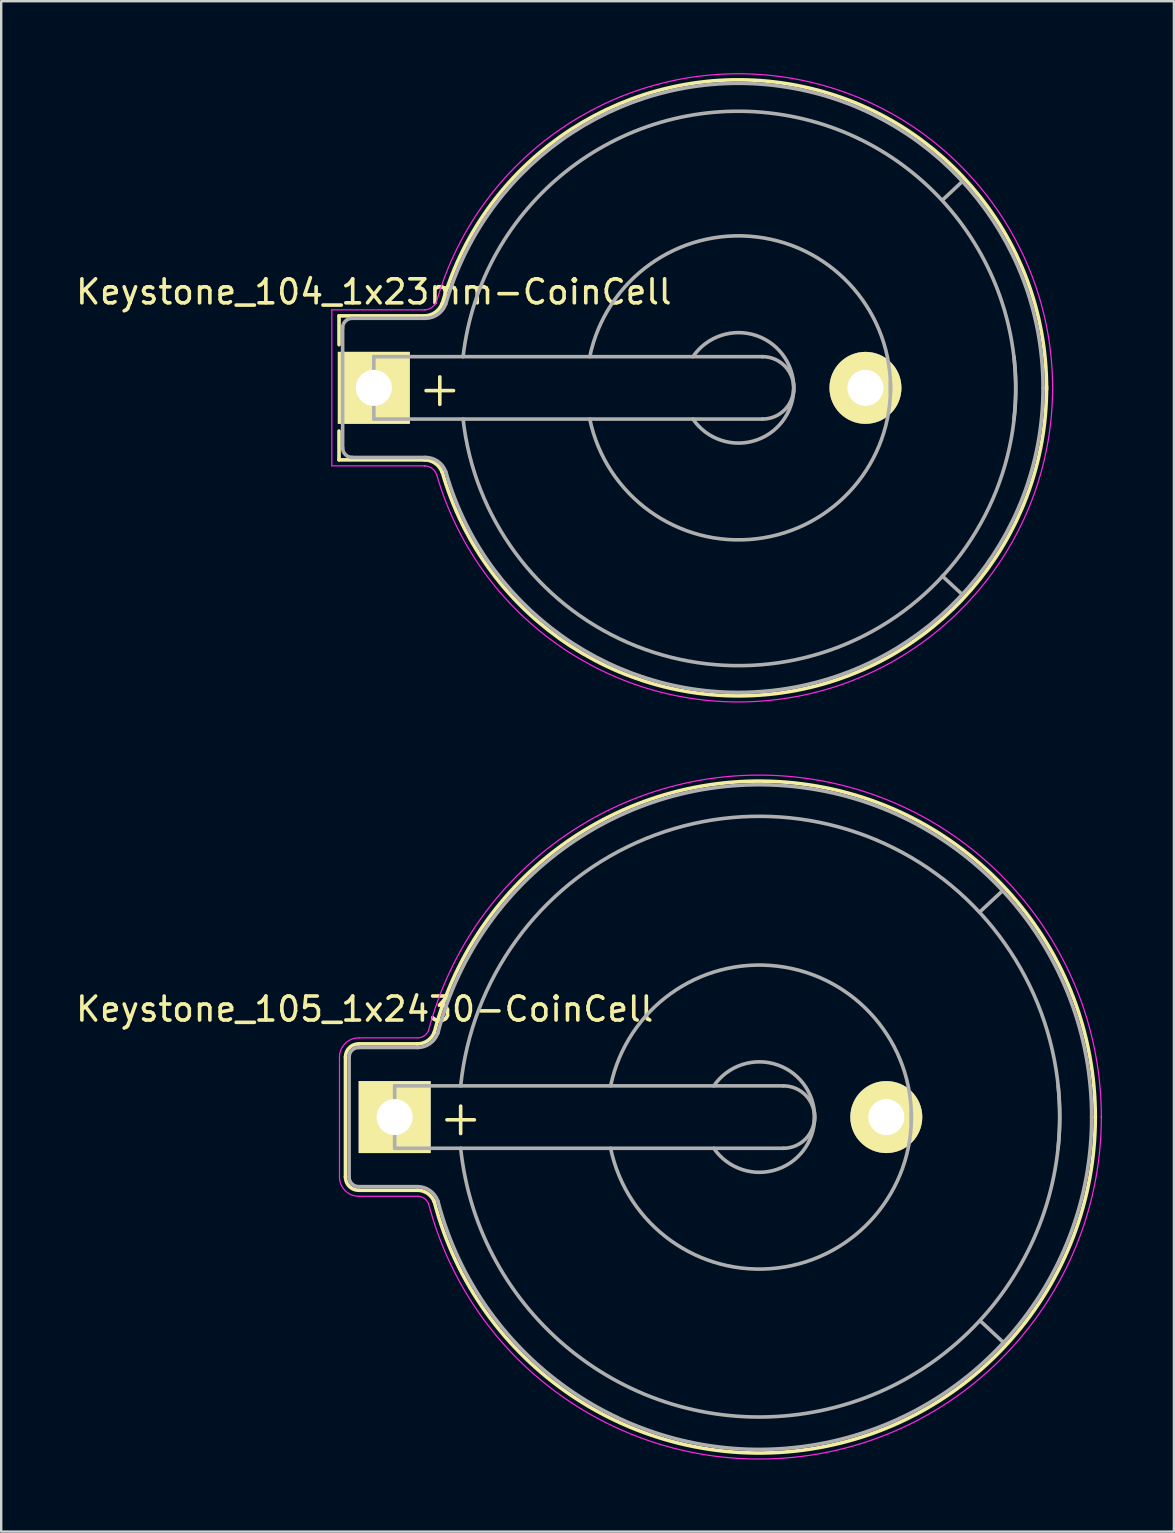
<source format=kicad_pcb>
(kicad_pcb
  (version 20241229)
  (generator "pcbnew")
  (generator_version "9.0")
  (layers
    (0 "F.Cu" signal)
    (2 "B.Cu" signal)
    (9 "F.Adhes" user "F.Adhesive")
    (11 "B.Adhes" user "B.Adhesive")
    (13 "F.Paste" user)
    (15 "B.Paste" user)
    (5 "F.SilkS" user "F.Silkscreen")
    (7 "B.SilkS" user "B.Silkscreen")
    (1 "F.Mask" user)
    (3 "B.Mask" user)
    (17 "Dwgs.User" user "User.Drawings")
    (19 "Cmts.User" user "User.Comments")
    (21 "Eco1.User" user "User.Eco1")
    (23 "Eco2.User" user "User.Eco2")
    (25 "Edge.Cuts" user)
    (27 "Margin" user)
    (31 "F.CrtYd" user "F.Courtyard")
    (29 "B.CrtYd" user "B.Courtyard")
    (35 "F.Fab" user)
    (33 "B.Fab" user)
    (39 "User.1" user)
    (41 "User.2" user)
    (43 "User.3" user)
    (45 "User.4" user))
  (footprint "Keystone_104_1x23mm-CoinCell"
    (layer "F.Cu")
    (at 12.53 13.115)
    (property "Reference" "Keystone_104_1x23mm-CoinCell" (at 0 -4 0) (layer "F.SilkS") (effects (font (size 1 1) (thickness 0.15))))
    (attr through_hole)
    (fp_line (start -1.45 -3) (end 2.15 -3) (stroke (width 0.15) (type solid)) (layer "F.SilkS"))
    (fp_line (start -1.45 -1.8) (end -1.45 -3) (stroke (width 0.15) (type solid)) (layer "F.SilkS"))
    (fp_line (start -1.45 1.8) (end -1.45 3) (stroke (width 0.15) (type solid)) (layer "F.SilkS"))
    (fp_line (start -1.45 3) (end 2.15 3) (stroke (width 0.15) (type solid)) (layer "F.SilkS"))
    (fp_arc (start 2.1 3) (mid 2.558861 3.144678) (end 2.851754 3.526384) (stroke (width 0.15) (type solid)) (layer "F.SilkS"))
    (fp_arc (start 2.85 -3.5) (mid 17.002622 -12.709172) (end 28.03617 0.072313) (stroke (width 0.15) (type solid)) (layer "F.SilkS"))
    (fp_arc (start 2.851754 -3.526384) (mid 2.558861 -3.144678) (end 2.1 -3) (stroke (width 0.15) (type solid)) (layer "F.SilkS"))
    (fp_arc (start 28.03617 -0.072313) (mid 17.002622 12.709172) (end 2.85 3.5) (stroke (width 0.15) (type solid)) (layer "F.SilkS"))
    (fp_line (start -1.75 -3.25) (end 2.15 -3.25) (stroke (width 0.05) (type solid)) (layer "F.CrtYd"))
    (fp_line (start -1.75 3.25) (end -1.75 -3.25) (stroke (width 0.05) (type solid)) (layer "F.CrtYd"))
    (fp_line (start -1.75 3.25) (end 2.15 3.25) (stroke (width 0.05) (type solid)) (layer "F.CrtYd"))
    (fp_arc (start 2.1 3.25) (mid 2.415467 3.349466) (end 2.616831 3.611889) (stroke (width 0.05) (type solid)) (layer "F.CrtYd"))
    (fp_arc (start 2.615 -3.6) (mid 17.013472 -12.963547) (end 28.289773 -0.008354) (stroke (width 0.05) (type solid)) (layer "F.CrtYd"))
    (fp_arc (start 2.616831 -3.611889) (mid 2.415467 -3.349466) (end 2.1 -3.25) (stroke (width 0.05) (type solid)) (layer "F.CrtYd"))
    (fp_arc (start 28.289773 0.008354) (mid 17.013472 12.963547) (end 2.615 3.6) (stroke (width 0.05) (type solid)) (layer "F.CrtYd"))
    (fp_line (start -1.3 -2.5) (end -1.3 2.5) (stroke (width 0.15) (type solid)) (layer "F.Fab"))
    (fp_line (start -0.9 2.9) (end 2.15 2.9) (stroke (width 0.15) (type solid)) (layer "F.Fab"))
    (fp_line (start 0 -1.3) (end 0 1.3) (stroke (width 0.15) (type solid)) (layer "F.Fab"))
    (fp_line (start 0 1.3) (end 16.2 1.3) (stroke (width 0.15) (type solid)) (layer "F.Fab"))
    (fp_line (start 2.15 -2.9) (end -0.9 -2.9) (stroke (width 0.15) (type solid)) (layer "F.Fab"))
    (fp_line (start 16.2 -1.3) (end 0 -1.3) (stroke (width 0.15) (type solid)) (layer "F.Fab"))
    (fp_line (start 23.698 7.849) (end 24.526 8.613) (stroke (width 0.15) (type solid)) (layer "F.Fab"))
    (fp_line (start 23.724 -7.849) (end 24.526 -8.601) (stroke (width 0.15) (type solid)) (layer "F.Fab"))
    (fp_arc (start -1.3 -2.5) (mid -1.182843 -2.782843) (end -0.9 -2.9) (stroke (width 0.15) (type solid)) (layer "F.Fab"))
    (fp_arc (start -0.9 2.9) (mid -1.182843 2.782843) (end -1.3 2.5) (stroke (width 0.15) (type solid)) (layer "F.Fab"))
    (fp_arc (start 2.15 2.9) (mid 2.666219 3.062763) (end 2.995723 3.492182) (stroke (width 0.15) (type solid)) (layer "F.Fab"))
    (fp_arc (start 2.995723 -3.492182) (mid 2.666219 -3.062763) (end 2.15 -2.9) (stroke (width 0.15) (type solid)) (layer "F.Fab"))
    (fp_arc (start 3 -3.5) (mid 16.968026 -12.568376) (end 27.892123 0.00164) (stroke (width 0.15) (type solid)) (layer "F.Fab"))
    (fp_arc (start 3.72 -1.3) (mid 16.5 -11.48) (end 26.68 1.3) (stroke (width 0.15) (type solid)) (layer "F.Fab"))
    (fp_arc (start 9 -1.3) (mid 15.954687 -6.28971) (end 21.531551 0.203631) (stroke (width 0.15) (type solid)) (layer "F.Fab"))
    (fp_arc (start 13.3 -1.3) (mid 15.963947 -2.171724) (end 17.495448 0.175833) (stroke (width 0.15) (type solid)) (layer "F.Fab"))
    (fp_arc (start 16.2 -1.3) (mid 17.5 0) (end 16.2 1.3) (stroke (width 0.15) (type solid)) (layer "F.Fab"))
    (fp_arc (start 17.495448 -0.175833) (mid 15.963947 2.171724) (end 13.3 1.3) (stroke (width 0.15) (type solid)) (layer "F.Fab"))
    (fp_arc (start 21.531551 -0.203631) (mid 15.954687 6.28971) (end 9 1.3) (stroke (width 0.15) (type solid)) (layer "F.Fab"))
    (fp_arc (start 26.68 -1.3) (mid 16.5 11.48) (end 3.72 1.3) (stroke (width 0.15) (type solid)) (layer "F.Fab"))
    (fp_arc (start 27.892123 -0.00164) (mid 16.968026 12.568376) (end 3 3.5) (stroke (width 0.15) (type solid)) (layer "F.Fab"))
    (fp_text user "+" (at 2.75 0 0) (layer "F.SilkS") (effects (font (size 1.5 1.5) (thickness 0.15))))
    (pad "1" thru_hole rect (at 0 0) (size 3 3) (drill 1.5) (layers "*.Cu" "*.Mask" "F.SilkS"))
    (pad "2" thru_hole circle (at 20.49 0) (size 3 3) (drill 1.5) (layers "*.Cu" "*.Mask" "F.SilkS")))
  (footprint "Keystone_105_1x2430-CoinCell"
    (layer "F.Cu")
    (at 13.399 43.507)
    (property "Reference" "Keystone_105_1x2430-CoinCell" (at -1.25 -4.5 0) (layer "F.SilkS") (effects (font (size 1 1) (thickness 0.15))))
    (attr through_hole)
    (fp_line (start -2.05 -2.5) (end -2.05 2.5) (stroke (width 0.15) (type solid)) (layer "F.SilkS"))
    (fp_line (start -1.5 3.05) (end 0.95 3.05) (stroke (width 0.15) (type solid)) (layer "F.SilkS"))
    (fp_line (start 0.95 -3.05) (end -1.5 -3.05) (stroke (width 0.15) (type solid)) (layer "F.SilkS"))
    (fp_arc (start -2.05 -2.5) (mid -1.888909 -2.888909) (end -1.5 -3.05) (stroke (width 0.15) (type solid)) (layer "F.SilkS"))
    (fp_arc (start -1.5 3.05) (mid -1.888909 2.888909) (end -2.05 2.5) (stroke (width 0.15) (type solid)) (layer "F.SilkS"))
    (fp_arc (start 0.95 3.05) (mid 1.380182 3.185636) (end 1.654769 3.543485) (stroke (width 0.15) (type solid)) (layer "F.SilkS"))
    (fp_arc (start 1.65 -3.52) (mid 16.981862 -13.885887) (end 29.199738 0.015231) (stroke (width 0.15) (type solid)) (layer "F.SilkS"))
    (fp_arc (start 1.654769 -3.543485) (mid 1.380182 -3.185636) (end 0.95 -3.05) (stroke (width 0.15) (type solid)) (layer "F.SilkS"))
    (fp_arc (start 29.199738 -0.015231) (mid 16.981862 13.885887) (end 1.65 3.52) (stroke (width 0.15) (type solid)) (layer "F.SilkS"))
    (fp_line (start -2.3 -2.5) (end -2.3 2.5) (stroke (width 0.05) (type solid)) (layer "F.CrtYd"))
    (fp_line (start -1.5 3.3) (end 0.95 3.3) (stroke (width 0.05) (type solid)) (layer "F.CrtYd"))
    (fp_line (start 0.95 -3.3) (end -1.5 -3.3) (stroke (width 0.05) (type solid)) (layer "F.CrtYd"))
    (fp_arc (start -2.3 -2.5) (mid -2.065685 -3.065685) (end -1.5 -3.3) (stroke (width 0.05) (type solid)) (layer "F.CrtYd"))
    (fp_arc (start -1.5 3.3) (mid -2.065685 3.065685) (end -2.3 2.5) (stroke (width 0.05) (type solid)) (layer "F.CrtYd"))
    (fp_arc (start 0.95 3.3) (mid 1.236788 3.390424) (end 1.419846 3.62899) (stroke (width 0.05) (type solid)) (layer "F.CrtYd"))
    (fp_arc (start 1.41 -3.6) (mid 17.030934 -14.134065) (end 29.452124 0.032591) (stroke (width 0.05) (type solid)) (layer "F.CrtYd"))
    (fp_arc (start 1.419846 -3.62899) (mid 1.236788 -3.390424) (end 0.95 -3.3) (stroke (width 0.05) (type solid)) (layer "F.CrtYd"))
    (fp_arc (start 29.452124 -0.032591) (mid 17.030934 14.134065) (end 1.41 3.6) (stroke (width 0.05) (type solid)) (layer "F.CrtYd"))
    (fp_line (start -1.9 -2.5) (end -1.9 2.5) (stroke (width 0.15) (type solid)) (layer "F.Fab"))
    (fp_line (start -1.5 2.9) (end 0.95 2.9) (stroke (width 0.15) (type solid)) (layer "F.Fab"))
    (fp_line (start 0 -1.3) (end 0 1.3) (stroke (width 0.15) (type solid)) (layer "F.Fab"))
    (fp_line (start 0 1.3) (end 16.2 1.3) (stroke (width 0.15) (type solid)) (layer "F.Fab"))
    (fp_line (start 0.95 -2.9) (end -1.5 -2.9) (stroke (width 0.15) (type solid)) (layer "F.Fab"))
    (fp_line (start 16.2 -1.3) (end 0 -1.3) (stroke (width 0.15) (type solid)) (layer "F.Fab"))
    (fp_line (start 24.384 -8.547) (end 25.299 -9.399) (stroke (width 0.15) (type solid)) (layer "F.Fab"))
    (fp_line (start 24.409 8.496) (end 25.375 9.398) (stroke (width 0.15) (type solid)) (layer "F.Fab"))
    (fp_arc (start -1.9 -2.5) (mid -1.782843 -2.782843) (end -1.5 -2.9) (stroke (width 0.15) (type solid)) (layer "F.Fab"))
    (fp_arc (start -1.5 2.9) (mid -1.782843 2.782843) (end -1.9 2.5) (stroke (width 0.15) (type solid)) (layer "F.Fab"))
    (fp_arc (start 0.95 2.9) (mid 1.466219 3.062763) (end 1.795723 3.492182) (stroke (width 0.15) (type solid)) (layer "F.Fab"))
    (fp_arc (start 1.795723 -3.492182) (mid 1.466219 -3.062763) (end 0.95 -2.9) (stroke (width 0.15) (type solid)) (layer "F.Fab"))
    (fp_arc (start 1.8 -3.5) (mid 16.980951 -13.734563) (end 29.049508 0.033425) (stroke (width 0.15) (type solid)) (layer "F.Fab"))
    (fp_arc (start 2.75 -1.3) (mid 16.5 -12.45) (end 27.65 1.3) (stroke (width 0.15) (type solid)) (layer "F.Fab"))
    (fp_arc (start 9 -1.3) (mid 15.954687 -6.28971) (end 21.531551 0.203631) (stroke (width 0.15) (type solid)) (layer "F.Fab"))
    (fp_arc (start 13.3 -1.3) (mid 15.963947 -2.171724) (end 17.495448 0.175833) (stroke (width 0.15) (type solid)) (layer "F.Fab"))
    (fp_arc (start 16.2 -1.3) (mid 17.5 0) (end 16.2 1.3) (stroke (width 0.15) (type solid)) (layer "F.Fab"))
    (fp_arc (start 17.495448 -0.175833) (mid 15.963947 2.171724) (end 13.3 1.3) (stroke (width 0.15) (type solid)) (layer "F.Fab"))
    (fp_arc (start 21.531551 -0.203631) (mid 15.954687 6.28971) (end 9 1.3) (stroke (width 0.15) (type solid)) (layer "F.Fab"))
    (fp_arc (start 27.65 -1.3) (mid 16.5 12.45) (end 2.75 1.3) (stroke (width 0.15) (type solid)) (layer "F.Fab"))
    (fp_arc (start 29.049508 -0.033425) (mid 16.980951 13.734562) (end 1.8 3.5) (stroke (width 0.15) (type solid)) (layer "F.Fab"))
    (fp_text user "+" (at 2.75 0 0) (layer "F.SilkS") (effects (font (size 1.5 1.5) (thickness 0.15))))
    (pad "1" thru_hole rect (at 0 0) (size 3 3) (drill 1.5) (layers "*.Cu" "*.Mask" "F.SilkS"))
    (pad "2" thru_hole circle (at 20.49 0) (size 3 3) (drill 1.5) (layers "*.Cu" "*.Mask" "F.SilkS")))
  (gr_rect
    (start -3 -3)
    (end 45.876 60.784)
    (stroke (width 0.1) (type default))
    (fill no)
    (layer "Edge.Cuts")))
</source>
